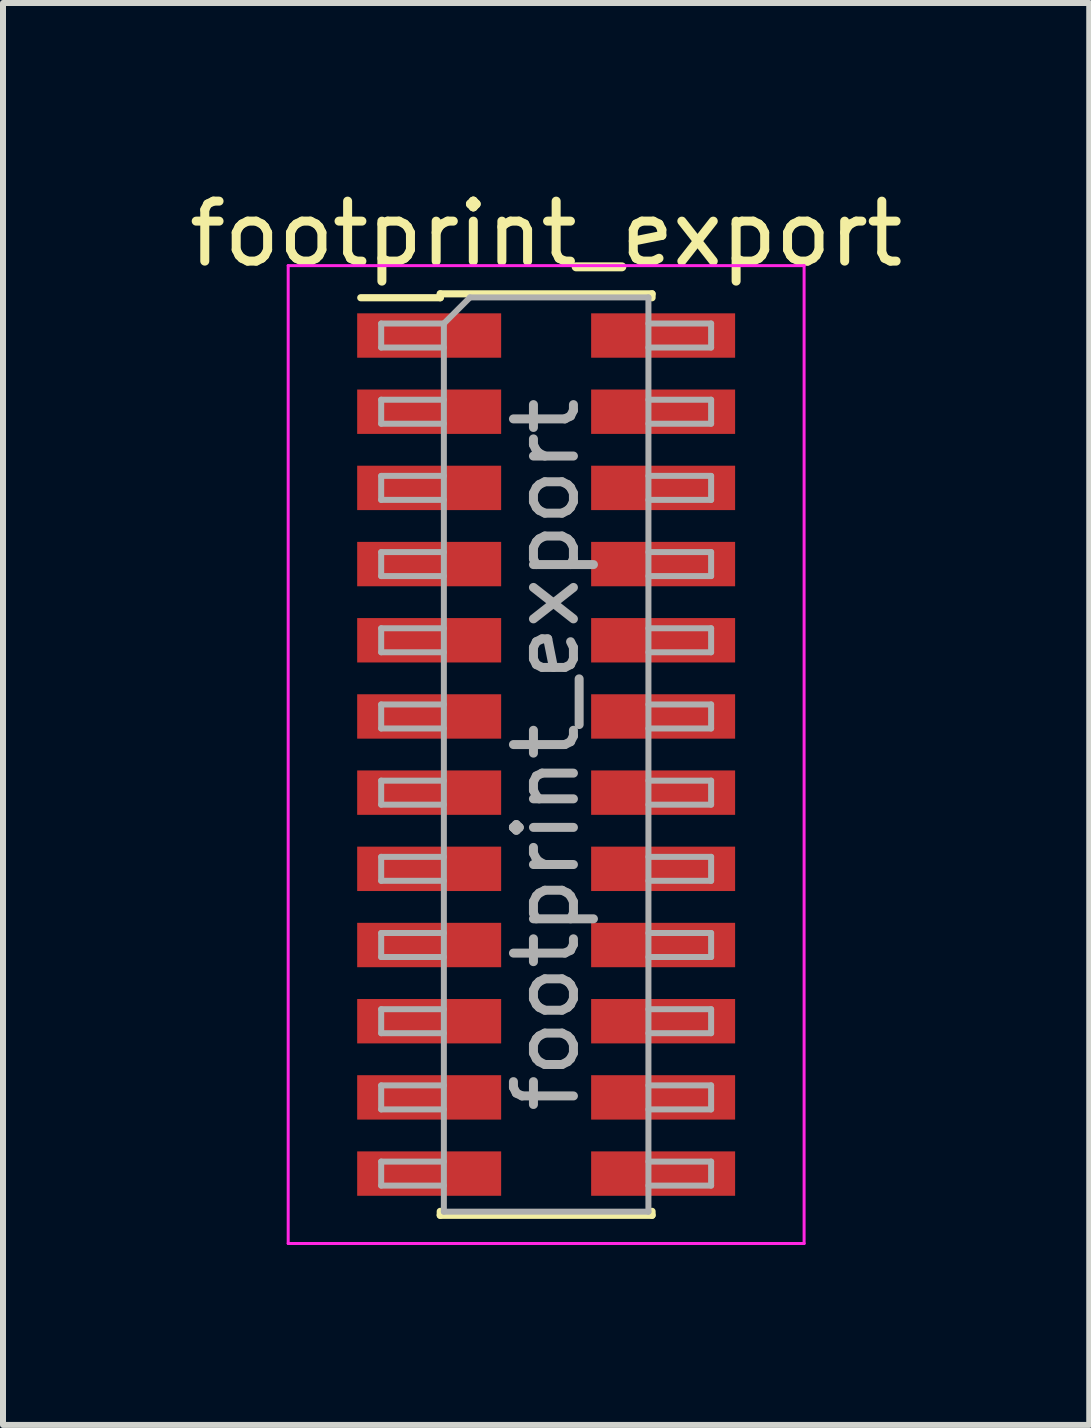
<source format=kicad_pcb>
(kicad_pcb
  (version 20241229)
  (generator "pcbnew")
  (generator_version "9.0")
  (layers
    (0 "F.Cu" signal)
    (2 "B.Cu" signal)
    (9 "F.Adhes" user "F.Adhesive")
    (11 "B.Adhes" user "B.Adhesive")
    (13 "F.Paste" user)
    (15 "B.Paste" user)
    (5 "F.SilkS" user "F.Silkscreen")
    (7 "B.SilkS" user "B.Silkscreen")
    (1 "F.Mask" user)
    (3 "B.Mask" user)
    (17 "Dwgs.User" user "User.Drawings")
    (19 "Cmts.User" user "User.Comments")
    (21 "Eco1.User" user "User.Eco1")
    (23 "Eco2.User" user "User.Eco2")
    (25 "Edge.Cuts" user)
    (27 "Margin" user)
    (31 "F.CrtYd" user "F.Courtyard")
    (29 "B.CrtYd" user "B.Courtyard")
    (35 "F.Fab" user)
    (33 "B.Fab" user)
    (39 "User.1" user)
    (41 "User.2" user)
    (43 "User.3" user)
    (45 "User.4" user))
  (footprint "footprint_export"
    (layer "F.Cu")
    (at 6.054 9.528)
    (property "Reference" "footprint_export" (at 0 -8.68 0) (layer "F.SilkS") (effects (font (size 1 1) (thickness 0.15))))
    (attr smd)
    (fp_line (start -3.09 -7.615) (end -1.765 -7.615) (stroke (width 0.12) (type solid)) (layer "F.SilkS"))
    (fp_line (start -1.765 -7.68) (end -1.765 -7.615) (stroke (width 0.12) (type solid)) (layer "F.SilkS"))
    (fp_line (start -1.765 -7.68) (end 1.765 -7.68) (stroke (width 0.12) (type solid)) (layer "F.SilkS"))
    (fp_line (start -1.765 7.615) (end -1.765 7.68) (stroke (width 0.12) (type solid)) (layer "F.SilkS"))
    (fp_line (start -1.765 7.68) (end 1.765 7.68) (stroke (width 0.12) (type solid)) (layer "F.SilkS"))
    (fp_line (start 1.765 -7.68) (end 1.765 -7.615) (stroke (width 0.12) (type solid)) (layer "F.SilkS"))
    (fp_line (start 1.765 7.615) (end 1.765 7.68) (stroke (width 0.12) (type solid)) (layer "F.SilkS"))
    (fp_line (start -4.3 -8.15) (end -4.3 8.15) (stroke (width 0.05) (type solid)) (layer "F.CrtYd"))
    (fp_line (start -4.3 8.15) (end 4.3 8.15) (stroke (width 0.05) (type solid)) (layer "F.CrtYd"))
    (fp_line (start 4.3 -8.15) (end -4.3 -8.15) (stroke (width 0.05) (type solid)) (layer "F.CrtYd"))
    (fp_line (start 4.3 8.15) (end 4.3 -8.15) (stroke (width 0.05) (type solid)) (layer "F.CrtYd"))
    (fp_line (start -2.75 -7.185) (end -2.75 -6.785) (stroke (width 0.1) (type solid)) (layer "F.Fab"))
    (fp_line (start -2.75 -6.785) (end -1.705 -6.785) (stroke (width 0.1) (type solid)) (layer "F.Fab"))
    (fp_line (start -2.75 -5.915) (end -2.75 -5.515) (stroke (width 0.1) (type solid)) (layer "F.Fab"))
    (fp_line (start -2.75 -5.515) (end -1.705 -5.515) (stroke (width 0.1) (type solid)) (layer "F.Fab"))
    (fp_line (start -2.75 -4.645) (end -2.75 -4.245) (stroke (width 0.1) (type solid)) (layer "F.Fab"))
    (fp_line (start -2.75 -4.245) (end -1.705 -4.245) (stroke (width 0.1) (type solid)) (layer "F.Fab"))
    (fp_line (start -2.75 -3.375) (end -2.75 -2.975) (stroke (width 0.1) (type solid)) (layer "F.Fab"))
    (fp_line (start -2.75 -2.975) (end -1.705 -2.975) (stroke (width 0.1) (type solid)) (layer "F.Fab"))
    (fp_line (start -2.75 -2.105) (end -2.75 -1.705) (stroke (width 0.1) (type solid)) (layer "F.Fab"))
    (fp_line (start -2.75 -1.705) (end -1.705 -1.705) (stroke (width 0.1) (type solid)) (layer "F.Fab"))
    (fp_line (start -2.75 -0.835) (end -2.75 -0.435) (stroke (width 0.1) (type solid)) (layer "F.Fab"))
    (fp_line (start -2.75 -0.435) (end -1.705 -0.435) (stroke (width 0.1) (type solid)) (layer "F.Fab"))
    (fp_line (start -2.75 0.435) (end -2.75 0.835) (stroke (width 0.1) (type solid)) (layer "F.Fab"))
    (fp_line (start -2.75 0.835) (end -1.705 0.835) (stroke (width 0.1) (type solid)) (layer "F.Fab"))
    (fp_line (start -2.75 1.705) (end -2.75 2.105) (stroke (width 0.1) (type solid)) (layer "F.Fab"))
    (fp_line (start -2.75 2.105) (end -1.705 2.105) (stroke (width 0.1) (type solid)) (layer "F.Fab"))
    (fp_line (start -2.75 2.975) (end -2.75 3.375) (stroke (width 0.1) (type solid)) (layer "F.Fab"))
    (fp_line (start -2.75 3.375) (end -1.705 3.375) (stroke (width 0.1) (type solid)) (layer "F.Fab"))
    (fp_line (start -2.75 4.245) (end -2.75 4.645) (stroke (width 0.1) (type solid)) (layer "F.Fab"))
    (fp_line (start -2.75 4.645) (end -1.705 4.645) (stroke (width 0.1) (type solid)) (layer "F.Fab"))
    (fp_line (start -2.75 5.515) (end -2.75 5.915) (stroke (width 0.1) (type solid)) (layer "F.Fab"))
    (fp_line (start -2.75 5.915) (end -1.705 5.915) (stroke (width 0.1) (type solid)) (layer "F.Fab"))
    (fp_line (start -2.75 6.785) (end -2.75 7.185) (stroke (width 0.1) (type solid)) (layer "F.Fab"))
    (fp_line (start -2.75 7.185) (end -1.705 7.185) (stroke (width 0.1) (type solid)) (layer "F.Fab"))
    (fp_line (start -1.705 -7.185) (end -2.75 -7.185) (stroke (width 0.1) (type solid)) (layer "F.Fab"))
    (fp_line (start -1.705 -7.185) (end -1.27 -7.62) (stroke (width 0.1) (type solid)) (layer "F.Fab"))
    (fp_line (start -1.705 -5.915) (end -2.75 -5.915) (stroke (width 0.1) (type solid)) (layer "F.Fab"))
    (fp_line (start -1.705 -4.645) (end -2.75 -4.645) (stroke (width 0.1) (type solid)) (layer "F.Fab"))
    (fp_line (start -1.705 -3.375) (end -2.75 -3.375) (stroke (width 0.1) (type solid)) (layer "F.Fab"))
    (fp_line (start -1.705 -2.105) (end -2.75 -2.105) (stroke (width 0.1) (type solid)) (layer "F.Fab"))
    (fp_line (start -1.705 -0.835) (end -2.75 -0.835) (stroke (width 0.1) (type solid)) (layer "F.Fab"))
    (fp_line (start -1.705 0.435) (end -2.75 0.435) (stroke (width 0.1) (type solid)) (layer "F.Fab"))
    (fp_line (start -1.705 1.705) (end -2.75 1.705) (stroke (width 0.1) (type solid)) (layer "F.Fab"))
    (fp_line (start -1.705 2.975) (end -2.75 2.975) (stroke (width 0.1) (type solid)) (layer "F.Fab"))
    (fp_line (start -1.705 4.245) (end -2.75 4.245) (stroke (width 0.1) (type solid)) (layer "F.Fab"))
    (fp_line (start -1.705 5.515) (end -2.75 5.515) (stroke (width 0.1) (type solid)) (layer "F.Fab"))
    (fp_line (start -1.705 6.785) (end -2.75 6.785) (stroke (width 0.1) (type solid)) (layer "F.Fab"))
    (fp_line (start -1.705 7.62) (end -1.705 -7.185) (stroke (width 0.1) (type solid)) (layer "F.Fab"))
    (fp_line (start -1.27 -7.62) (end 1.705 -7.62) (stroke (width 0.1) (type solid)) (layer "F.Fab"))
    (fp_line (start 1.705 -7.62) (end 1.705 7.62) (stroke (width 0.1) (type solid)) (layer "F.Fab"))
    (fp_line (start 1.705 -7.185) (end 2.75 -7.185) (stroke (width 0.1) (type solid)) (layer "F.Fab"))
    (fp_line (start 1.705 -5.915) (end 2.75 -5.915) (stroke (width 0.1) (type solid)) (layer "F.Fab"))
    (fp_line (start 1.705 -4.645) (end 2.75 -4.645) (stroke (width 0.1) (type solid)) (layer "F.Fab"))
    (fp_line (start 1.705 -3.375) (end 2.75 -3.375) (stroke (width 0.1) (type solid)) (layer "F.Fab"))
    (fp_line (start 1.705 -2.105) (end 2.75 -2.105) (stroke (width 0.1) (type solid)) (layer "F.Fab"))
    (fp_line (start 1.705 -0.835) (end 2.75 -0.835) (stroke (width 0.1) (type solid)) (layer "F.Fab"))
    (fp_line (start 1.705 0.435) (end 2.75 0.435) (stroke (width 0.1) (type solid)) (layer "F.Fab"))
    (fp_line (start 1.705 1.705) (end 2.75 1.705) (stroke (width 0.1) (type solid)) (layer "F.Fab"))
    (fp_line (start 1.705 2.975) (end 2.75 2.975) (stroke (width 0.1) (type solid)) (layer "F.Fab"))
    (fp_line (start 1.705 4.245) (end 2.75 4.245) (stroke (width 0.1) (type solid)) (layer "F.Fab"))
    (fp_line (start 1.705 5.515) (end 2.75 5.515) (stroke (width 0.1) (type solid)) (layer "F.Fab"))
    (fp_line (start 1.705 6.785) (end 2.75 6.785) (stroke (width 0.1) (type solid)) (layer "F.Fab"))
    (fp_line (start 1.705 7.62) (end -1.705 7.62) (stroke (width 0.1) (type solid)) (layer "F.Fab"))
    (fp_line (start 2.75 -7.185) (end 2.75 -6.785) (stroke (width 0.1) (type solid)) (layer "F.Fab"))
    (fp_line (start 2.75 -6.785) (end 1.705 -6.785) (stroke (width 0.1) (type solid)) (layer "F.Fab"))
    (fp_line (start 2.75 -5.915) (end 2.75 -5.515) (stroke (width 0.1) (type solid)) (layer "F.Fab"))
    (fp_line (start 2.75 -5.515) (end 1.705 -5.515) (stroke (width 0.1) (type solid)) (layer "F.Fab"))
    (fp_line (start 2.75 -4.645) (end 2.75 -4.245) (stroke (width 0.1) (type solid)) (layer "F.Fab"))
    (fp_line (start 2.75 -4.245) (end 1.705 -4.245) (stroke (width 0.1) (type solid)) (layer "F.Fab"))
    (fp_line (start 2.75 -3.375) (end 2.75 -2.975) (stroke (width 0.1) (type solid)) (layer "F.Fab"))
    (fp_line (start 2.75 -2.975) (end 1.705 -2.975) (stroke (width 0.1) (type solid)) (layer "F.Fab"))
    (fp_line (start 2.75 -2.105) (end 2.75 -1.705) (stroke (width 0.1) (type solid)) (layer "F.Fab"))
    (fp_line (start 2.75 -1.705) (end 1.705 -1.705) (stroke (width 0.1) (type solid)) (layer "F.Fab"))
    (fp_line (start 2.75 -0.835) (end 2.75 -0.435) (stroke (width 0.1) (type solid)) (layer "F.Fab"))
    (fp_line (start 2.75 -0.435) (end 1.705 -0.435) (stroke (width 0.1) (type solid)) (layer "F.Fab"))
    (fp_line (start 2.75 0.435) (end 2.75 0.835) (stroke (width 0.1) (type solid)) (layer "F.Fab"))
    (fp_line (start 2.75 0.835) (end 1.705 0.835) (stroke (width 0.1) (type solid)) (layer "F.Fab"))
    (fp_line (start 2.75 1.705) (end 2.75 2.105) (stroke (width 0.1) (type solid)) (layer "F.Fab"))
    (fp_line (start 2.75 2.105) (end 1.705 2.105) (stroke (width 0.1) (type solid)) (layer "F.Fab"))
    (fp_line (start 2.75 2.975) (end 2.75 3.375) (stroke (width 0.1) (type solid)) (layer "F.Fab"))
    (fp_line (start 2.75 3.375) (end 1.705 3.375) (stroke (width 0.1) (type solid)) (layer "F.Fab"))
    (fp_line (start 2.75 4.245) (end 2.75 4.645) (stroke (width 0.1) (type solid)) (layer "F.Fab"))
    (fp_line (start 2.75 4.645) (end 1.705 4.645) (stroke (width 0.1) (type solid)) (layer "F.Fab"))
    (fp_line (start 2.75 5.515) (end 2.75 5.915) (stroke (width 0.1) (type solid)) (layer "F.Fab"))
    (fp_line (start 2.75 5.915) (end 1.705 5.915) (stroke (width 0.1) (type solid)) (layer "F.Fab"))
    (fp_line (start 2.75 6.785) (end 2.75 7.185) (stroke (width 0.1) (type solid)) (layer "F.Fab"))
    (fp_line (start 2.75 7.185) (end 1.705 7.185) (stroke (width 0.1) (type solid)) (layer "F.Fab"))
    (fp_text user "${REFERENCE}" (at 0 0 90) (layer "F.Fab") (effects (font (size 1 1) (thickness 0.15))))
    (pad "1" smd rect (at -1.95 -6.985) (size 2.4 0.74) (layers "F.Cu" "F.Mask" "F.Paste"))
    (pad "2" smd rect (at 1.95 -6.985) (size 2.4 0.74) (layers "F.Cu" "F.Mask" "F.Paste"))
    (pad "3" smd rect (at -1.95 -5.715) (size 2.4 0.74) (layers "F.Cu" "F.Mask" "F.Paste"))
    (pad "4" smd rect (at 1.95 -5.715) (size 2.4 0.74) (layers "F.Cu" "F.Mask" "F.Paste"))
    (pad "5" smd rect (at -1.95 -4.445) (size 2.4 0.74) (layers "F.Cu" "F.Mask" "F.Paste"))
    (pad "6" smd rect (at 1.95 -4.445) (size 2.4 0.74) (layers "F.Cu" "F.Mask" "F.Paste"))
    (pad "7" smd rect (at -1.95 -3.175) (size 2.4 0.74) (layers "F.Cu" "F.Mask" "F.Paste"))
    (pad "8" smd rect (at 1.95 -3.175) (size 2.4 0.74) (layers "F.Cu" "F.Mask" "F.Paste"))
    (pad "9" smd rect (at -1.95 -1.905) (size 2.4 0.74) (layers "F.Cu" "F.Mask" "F.Paste"))
    (pad "10" smd rect (at 1.95 -1.905) (size 2.4 0.74) (layers "F.Cu" "F.Mask" "F.Paste"))
    (pad "11" smd rect (at -1.95 -0.635) (size 2.4 0.74) (layers "F.Cu" "F.Mask" "F.Paste"))
    (pad "12" smd rect (at 1.95 -0.635) (size 2.4 0.74) (layers "F.Cu" "F.Mask" "F.Paste"))
    (pad "13" smd rect (at -1.95 0.635) (size 2.4 0.74) (layers "F.Cu" "F.Mask" "F.Paste"))
    (pad "14" smd rect (at 1.95 0.635) (size 2.4 0.74) (layers "F.Cu" "F.Mask" "F.Paste"))
    (pad "15" smd rect (at -1.95 1.905) (size 2.4 0.74) (layers "F.Cu" "F.Mask" "F.Paste"))
    (pad "16" smd rect (at 1.95 1.905) (size 2.4 0.74) (layers "F.Cu" "F.Mask" "F.Paste"))
    (pad "17" smd rect (at -1.95 3.175) (size 2.4 0.74) (layers "F.Cu" "F.Mask" "F.Paste"))
    (pad "18" smd rect (at 1.95 3.175) (size 2.4 0.74) (layers "F.Cu" "F.Mask" "F.Paste"))
    (pad "19" smd rect (at -1.95 4.445) (size 2.4 0.74) (layers "F.Cu" "F.Mask" "F.Paste"))
    (pad "20" smd rect (at 1.95 4.445) (size 2.4 0.74) (layers "F.Cu" "F.Mask" "F.Paste"))
    (pad "21" smd rect (at -1.95 5.715) (size 2.4 0.74) (layers "F.Cu" "F.Mask" "F.Paste"))
    (pad "22" smd rect (at 1.95 5.715) (size 2.4 0.74) (layers "F.Cu" "F.Mask" "F.Paste"))
    (pad "23" smd rect (at -1.95 6.985) (size 2.4 0.74) (layers "F.Cu" "F.Mask" "F.Paste"))
    (pad "24" smd rect (at 1.95 6.985) (size 2.4 0.74) (layers "F.Cu" "F.Mask" "F.Paste")))
  (gr_rect
    (start -3 -3)
    (end 15.107 20.703)
    (stroke (width 0.1) (type default))
    (fill no)
    (layer "Edge.Cuts")))
</source>
